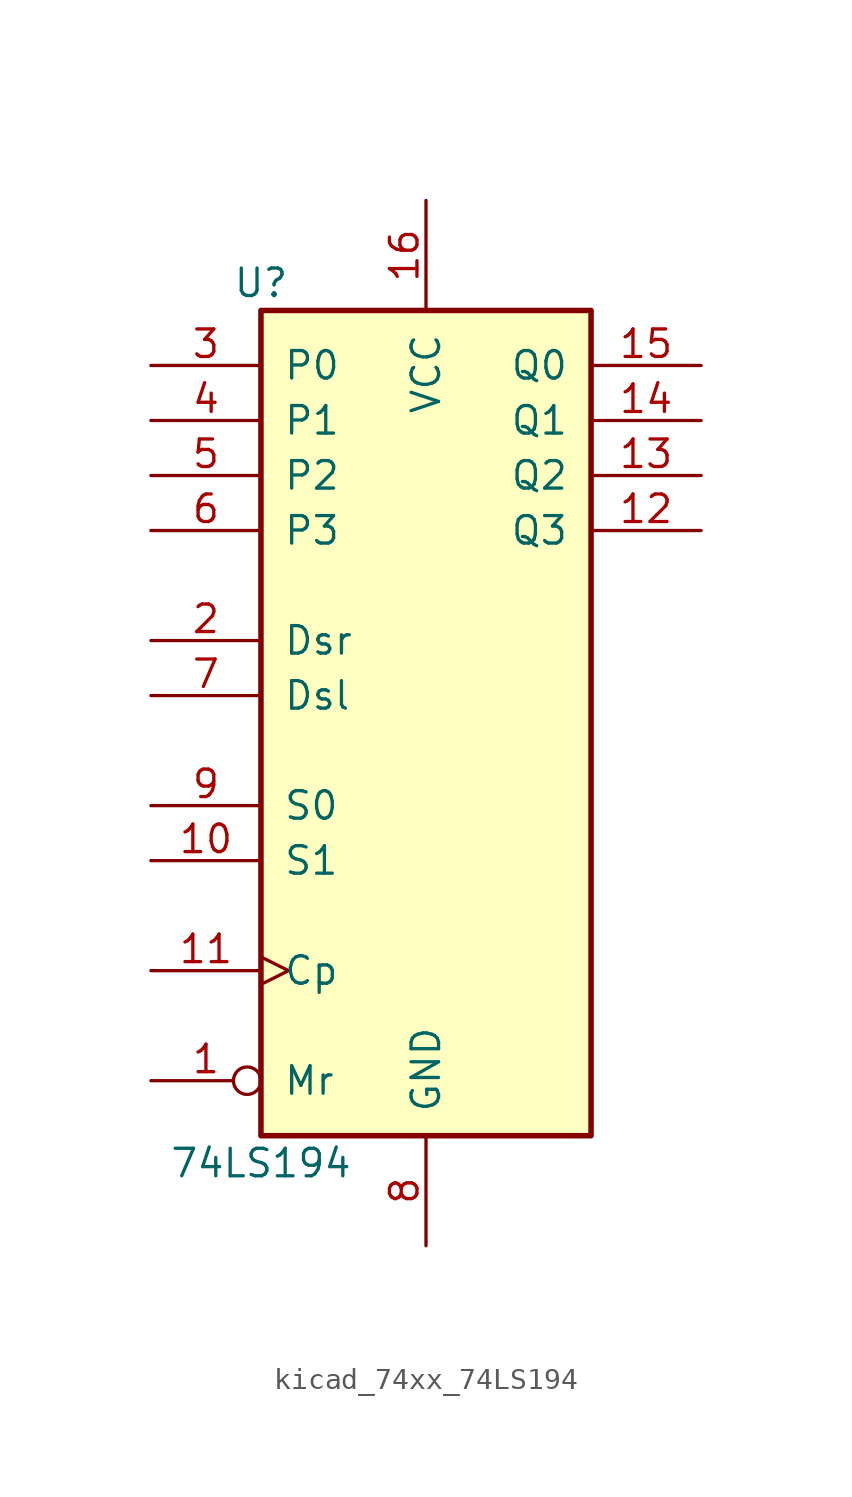
<source format=kicad_sym>
(kicad_symbol_lib
  (version 20220914)
  (generator kicad_symbol_editor)
  (symbol "kicad_74xx_74LS194"
    (pin_names
      (offset 1.016))
    (property "Reference" "U"
      (at -7.62 19.05 0)
      (effects (font (size 1.27 1.27))))
    (property "Value" "74LS194"
      (at -7.62 -21.59 0)
      (effects (font (size 1.27 1.27))))
    (property "ki_locked" ""
      (at 0 0 0)
      (effects (font (size 1.27 1.27))))
    (symbol "kicad_74xx_74LS194_1_0"
      (pin input inverted (at -12.7 -17.78 0) (length 5.08) (name "Mr" (effects (font (size 1.27 1.27)))) (number "1" (effects (font (size 1.27 1.27)))))
      (pin input line (at -12.7 -7.62 0) (length 5.08) (name "S1" (effects (font (size 1.27 1.27)))) (number "10" (effects (font (size 1.27 1.27)))))
      (pin input clock (at -12.7 -12.7 0) (length 5.08) (name "Cp" (effects (font (size 1.27 1.27)))) (number "11" (effects (font (size 1.27 1.27)))))
      (pin output line (at 12.7 7.62 180) (length 5.08) (name "Q3" (effects (font (size 1.27 1.27)))) (number "12" (effects (font (size 1.27 1.27)))))
      (pin output line (at 12.7 10.16 180) (length 5.08) (name "Q2" (effects (font (size 1.27 1.27)))) (number "13" (effects (font (size 1.27 1.27)))))
      (pin output line (at 12.7 12.7 180) (length 5.08) (name "Q1" (effects (font (size 1.27 1.27)))) (number "14" (effects (font (size 1.27 1.27)))))
      (pin output line (at 12.7 15.24 180) (length 5.08) (name "Q0" (effects (font (size 1.27 1.27)))) (number "15" (effects (font (size 1.27 1.27)))))
      (pin power_in line (at 0 22.86 270) (length 5.08) (name "VCC" (effects (font (size 1.27 1.27)))) (number "16" (effects (font (size 1.27 1.27)))))
      (pin input line (at -12.7 2.54 0) (length 5.08) (name "Dsr" (effects (font (size 1.27 1.27)))) (number "2" (effects (font (size 1.27 1.27)))))
      (pin input line (at -12.7 15.24 0) (length 5.08) (name "P0" (effects (font (size 1.27 1.27)))) (number "3" (effects (font (size 1.27 1.27)))))
      (pin input line (at -12.7 12.7 0) (length 5.08) (name "P1" (effects (font (size 1.27 1.27)))) (number "4" (effects (font (size 1.27 1.27)))))
      (pin input line (at -12.7 10.16 0) (length 5.08) (name "P2" (effects (font (size 1.27 1.27)))) (number "5" (effects (font (size 1.27 1.27)))))
      (pin input line (at -12.7 7.62 0) (length 5.08) (name "P3" (effects (font (size 1.27 1.27)))) (number "6" (effects (font (size 1.27 1.27)))))
      (pin input line (at -12.7 0 0) (length 5.08) (name "Dsl" (effects (font (size 1.27 1.27)))) (number "7" (effects (font (size 1.27 1.27)))))
      (pin power_in line (at 0 -25.4 90) (length 5.08) (name "GND" (effects (font (size 1.27 1.27)))) (number "8" (effects (font (size 1.27 1.27)))))
      (pin input line (at -12.7 -5.08 0) (length 5.08) (name "S0" (effects (font (size 1.27 1.27)))) (number "9" (effects (font (size 1.27 1.27))))))
    (symbol "kicad_74xx_74LS194_1_1"
      (rectangle (start -7.62 17.78) (end 7.62 -20.32) (stroke (width 0.254) (type default)) (fill (type background))))))
</source>
